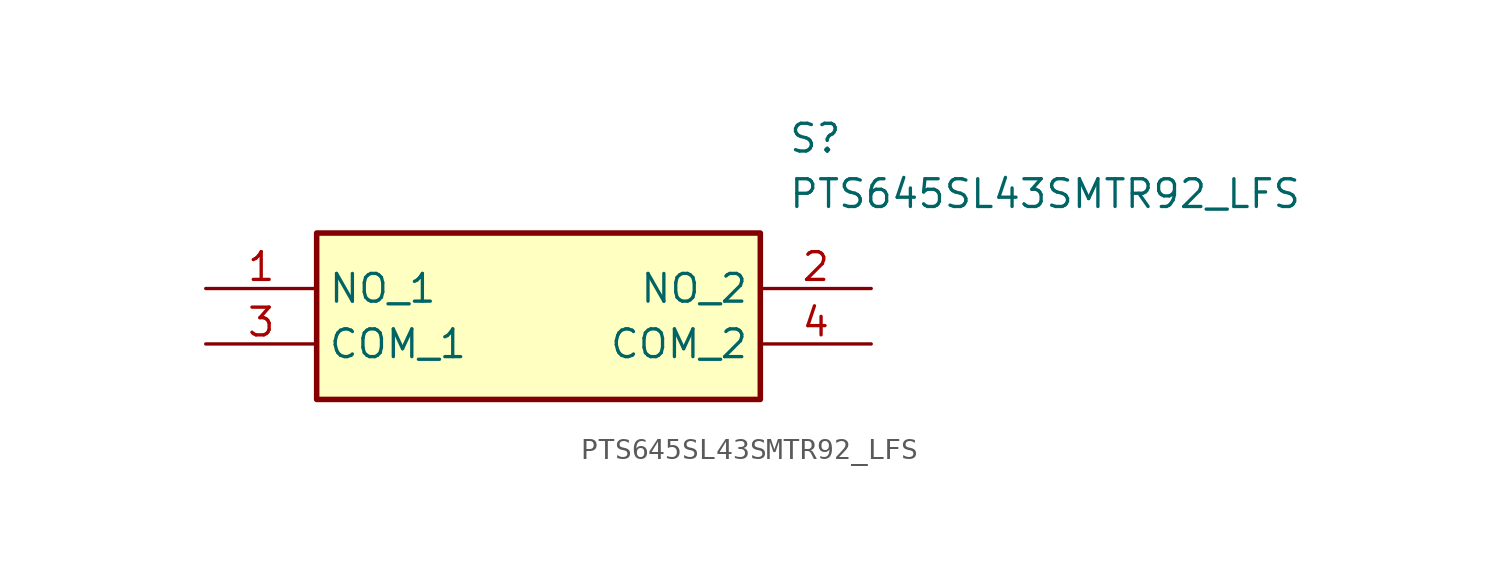
<source format=kicad_sym>
(kicad_symbol_lib
  (version 20211014)
  (generator SamacSys_ECAD_Model)
  (symbol "PTS645SL43SMTR92_LFS"
    (property "Reference" "S"
      (at 26.67 7.62 0)
      (effects (font (size 1.27 1.27)) (justify left top)))
    (property "Value" "PTS645SL43SMTR92_LFS"
      (at 26.67 5.08 0)
      (effects (font (size 1.27 1.27)) (justify left top)))
    (rectangle
      (start 5.08 2.54)
      (end 25.4 -5.08)
      (stroke (width 0.254) (type default))
      (fill (type background)))
    (pin passive line
      (at 0 0 0)
      (length 5.08)
      (name "NO_1" (effects (font (size 1.27 1.27))))
      (number "1" (effects (font (size 1.27 1.27)))))
    (pin passive line
      (at 30.48 0 180)
      (length 5.08)
      (name "NO_2" (effects (font (size 1.27 1.27))))
      (number "2" (effects (font (size 1.27 1.27)))))
    (pin passive line
      (at 0 -2.54 0)
      (length 5.08)
      (name "COM_1" (effects (font (size 1.27 1.27))))
      (number "3" (effects (font (size 1.27 1.27)))))
    (pin passive line
      (at 30.48 -2.54 180)
      (length 5.08)
      (name "COM_2" (effects (font (size 1.27 1.27))))
      (number "4" (effects (font (size 1.27 1.27)))))))
</source>
